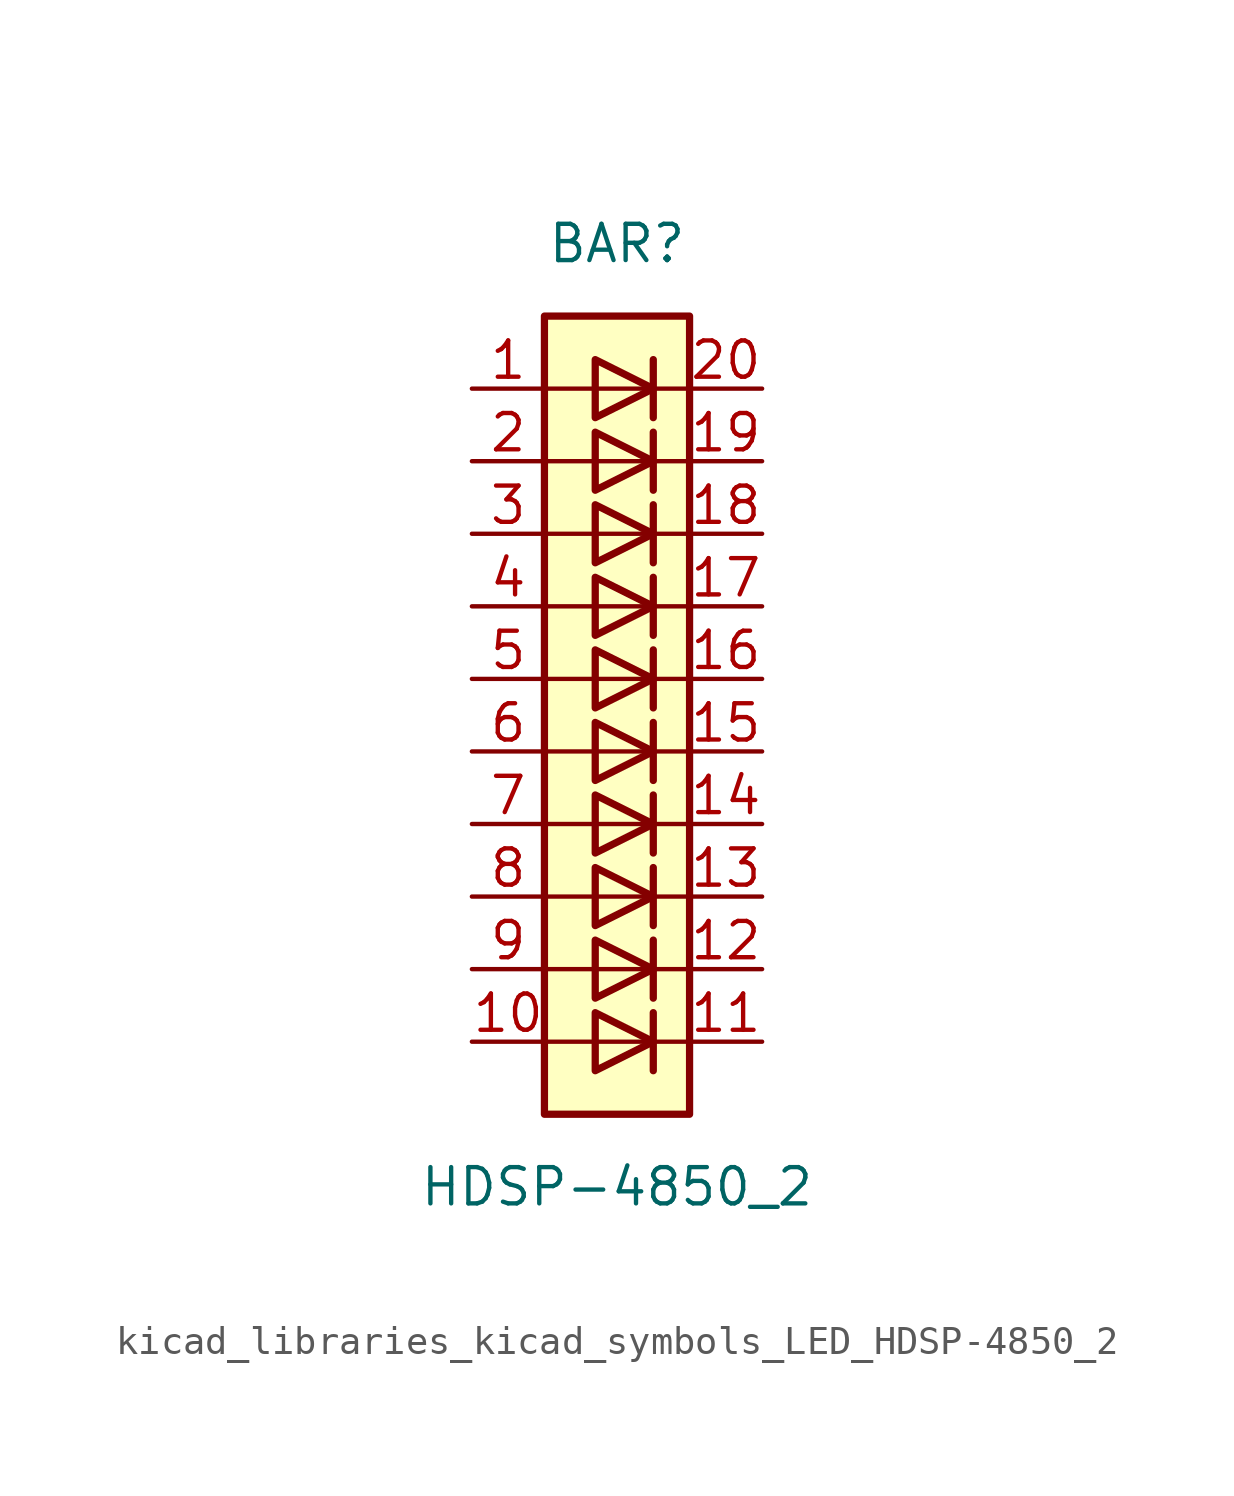
<source format=kicad_sym>
(kicad_symbol_lib
  (version 20220914)
  (generator kicad_symbol_editor)
  (symbol "kicad_libraries_kicad_symbols_LED_HDSP-4850_2"
    (pin_names
      (offset 1.016) hide)
    (property "Reference" "BAR"
      (at 0 15.24 0)
      (effects (font (size 1.27 1.27))))
    (property "Value" "HDSP-4850_2"
      (at 0 -17.78 0)
      (effects (font (size 1.27 1.27))))
    (symbol "kicad_libraries_kicad_symbols_LED_HDSP-4850_2_0_1"
      (rectangle (start -2.54 12.7) (end 2.54 -15.24) (stroke (width 0.254) (type default)) (fill (type background)))
      (polyline (pts (xy -2.54 -12.7) (xy 2.54 -12.7)) (stroke (width 0) (type default)) (fill (type none)))
      (polyline (pts (xy -2.54 -10.16) (xy 2.54 -10.16)) (stroke (width 0) (type default)) (fill (type none)))
      (polyline (pts (xy -2.54 -7.62) (xy 2.54 -7.62)) (stroke (width 0) (type default)) (fill (type none)))
      (polyline (pts (xy -2.54 -5.08) (xy 2.54 -5.08)) (stroke (width 0) (type default)) (fill (type none)))
      (polyline (pts (xy -2.54 0) (xy 2.54 0)) (stroke (width 0) (type default)) (fill (type none)))
      (polyline (pts (xy -2.54 5.08) (xy 2.54 5.08)) (stroke (width 0) (type default)) (fill (type none)))
      (polyline (pts (xy -2.54 7.62) (xy 2.54 7.62)) (stroke (width 0) (type default)) (fill (type none)))
      (polyline (pts (xy -2.54 10.16) (xy 2.54 10.16)) (stroke (width 0) (type default)) (fill (type none)))
      (polyline (pts (xy 1.27 -11.684) (xy 1.27 -13.716)) (stroke (width 0.254) (type default)) (fill (type none)))
      (polyline (pts (xy 1.27 -9.144) (xy 1.27 -11.176)) (stroke (width 0.254) (type default)) (fill (type none)))
      (polyline (pts (xy 1.27 -6.604) (xy 1.27 -8.636)) (stroke (width 0.254) (type default)) (fill (type none)))
      (polyline (pts (xy 1.27 -4.064) (xy 1.27 -6.096)) (stroke (width 0.254) (type default)) (fill (type none)))
      (polyline (pts (xy 1.27 -1.524) (xy 1.27 -3.556)) (stroke (width 0.254) (type default)) (fill (type none)))
      (polyline (pts (xy 1.27 1.016) (xy 1.27 -1.016)) (stroke (width 0.254) (type default)) (fill (type none)))
      (polyline (pts (xy 1.27 3.556) (xy 1.27 1.524)) (stroke (width 0.254) (type default)) (fill (type none)))
      (polyline (pts (xy 1.27 6.096) (xy 1.27 4.064)) (stroke (width 0.254) (type default)) (fill (type none)))
      (polyline (pts (xy 1.27 8.636) (xy 1.27 6.604)) (stroke (width 0.254) (type default)) (fill (type none)))
      (polyline (pts (xy 1.27 11.176) (xy 1.27 9.144)) (stroke (width 0.254) (type default)) (fill (type none)))
      (polyline (pts (xy 2.54 -2.54) (xy -2.54 -2.54)) (stroke (width 0) (type default)) (fill (type none)))
      (polyline (pts (xy 2.54 2.54) (xy -2.54 2.54)) (stroke (width 0) (type default)) (fill (type none)))
      (polyline (pts (xy -0.762 -11.684) (xy -0.762 -13.716) (xy 1.27 -12.7) (xy -0.762 -11.684)) (stroke (width 0.254) (type default)) (fill (type none)))
      (polyline (pts (xy -0.762 -9.144) (xy -0.762 -11.176) (xy 1.27 -10.16) (xy -0.762 -9.144)) (stroke (width 0.254) (type default)) (fill (type none)))
      (polyline (pts (xy -0.762 -6.604) (xy -0.762 -8.636) (xy 1.27 -7.62) (xy -0.762 -6.604)) (stroke (width 0.254) (type default)) (fill (type none)))
      (polyline (pts (xy -0.762 -4.064) (xy -0.762 -6.096) (xy 1.27 -5.08) (xy -0.762 -4.064)) (stroke (width 0.254) (type default)) (fill (type none)))
      (polyline (pts (xy -0.762 -1.524) (xy -0.762 -3.556) (xy 1.27 -2.54) (xy -0.762 -1.524)) (stroke (width 0.254) (type default)) (fill (type none)))
      (polyline (pts (xy -0.762 1.016) (xy -0.762 -1.016) (xy 1.27 0) (xy -0.762 1.016)) (stroke (width 0.254) (type default)) (fill (type none)))
      (polyline (pts (xy -0.762 3.556) (xy -0.762 1.524) (xy 1.27 2.54) (xy -0.762 3.556)) (stroke (width 0.254) (type default)) (fill (type none)))
      (polyline (pts (xy -0.762 6.096) (xy -0.762 4.064) (xy 1.27 5.08) (xy -0.762 6.096)) (stroke (width 0.254) (type default)) (fill (type none)))
      (polyline (pts (xy -0.762 8.636) (xy -0.762 6.604) (xy 1.27 7.62) (xy -0.762 8.636)) (stroke (width 0.254) (type default)) (fill (type none)))
      (polyline (pts (xy -0.762 11.176) (xy -0.762 9.144) (xy 1.27 10.16) (xy -0.762 11.176)) (stroke (width 0.254) (type default)) (fill (type none))))
    (symbol "kicad_libraries_kicad_symbols_LED_HDSP-4850_2_1_1"
      (pin passive line (at -5.08 10.16 0) (length 2.54) (name "A" (effects (font (size 1.27 1.27)))) (number "1" (effects (font (size 1.27 1.27)))))
      (pin passive line (at -5.08 -12.7 0) (length 2.54) (name "A" (effects (font (size 1.27 1.27)))) (number "10" (effects (font (size 1.27 1.27)))))
      (pin passive line (at 5.08 -12.7 180) (length 2.54) (name "K" (effects (font (size 1.27 1.27)))) (number "11" (effects (font (size 1.27 1.27)))))
      (pin passive line (at 5.08 -10.16 180) (length 2.54) (name "K" (effects (font (size 1.27 1.27)))) (number "12" (effects (font (size 1.27 1.27)))))
      (pin passive line (at 5.08 -7.62 180) (length 2.54) (name "K" (effects (font (size 1.27 1.27)))) (number "13" (effects (font (size 1.27 1.27)))))
      (pin passive line (at 5.08 -5.08 180) (length 2.54) (name "K" (effects (font (size 1.27 1.27)))) (number "14" (effects (font (size 1.27 1.27)))))
      (pin passive line (at 5.08 -2.54 180) (length 2.54) (name "K" (effects (font (size 1.27 1.27)))) (number "15" (effects (font (size 1.27 1.27)))))
      (pin passive line (at 5.08 0 180) (length 2.54) (name "K" (effects (font (size 1.27 1.27)))) (number "16" (effects (font (size 1.27 1.27)))))
      (pin passive line (at 5.08 2.54 180) (length 2.54) (name "K" (effects (font (size 1.27 1.27)))) (number "17" (effects (font (size 1.27 1.27)))))
      (pin passive line (at 5.08 5.08 180) (length 2.54) (name "K" (effects (font (size 1.27 1.27)))) (number "18" (effects (font (size 1.27 1.27)))))
      (pin passive line (at 5.08 7.62 180) (length 2.54) (name "K" (effects (font (size 1.27 1.27)))) (number "19" (effects (font (size 1.27 1.27)))))
      (pin passive line (at -5.08 7.62 0) (length 2.54) (name "A" (effects (font (size 1.27 1.27)))) (number "2" (effects (font (size 1.27 1.27)))))
      (pin passive line (at 5.08 10.16 180) (length 2.54) (name "K" (effects (font (size 1.27 1.27)))) (number "20" (effects (font (size 1.27 1.27)))))
      (pin passive line (at -5.08 5.08 0) (length 2.54) (name "A" (effects (font (size 1.27 1.27)))) (number "3" (effects (font (size 1.27 1.27)))))
      (pin passive line (at -5.08 2.54 0) (length 2.54) (name "A" (effects (font (size 1.27 1.27)))) (number "4" (effects (font (size 1.27 1.27)))))
      (pin passive line (at -5.08 0 0) (length 2.54) (name "A" (effects (font (size 1.27 1.27)))) (number "5" (effects (font (size 1.27 1.27)))))
      (pin passive line (at -5.08 -2.54 0) (length 2.54) (name "A" (effects (font (size 1.27 1.27)))) (number "6" (effects (font (size 1.27 1.27)))))
      (pin passive line (at -5.08 -5.08 0) (length 2.54) (name "A" (effects (font (size 1.27 1.27)))) (number "7" (effects (font (size 1.27 1.27)))))
      (pin passive line (at -5.08 -7.62 0) (length 2.54) (name "A" (effects (font (size 1.27 1.27)))) (number "8" (effects (font (size 1.27 1.27)))))
      (pin passive line (at -5.08 -10.16 0) (length 2.54) (name "A" (effects (font (size 1.27 1.27)))) (number "9" (effects (font (size 1.27 1.27))))))))
</source>
